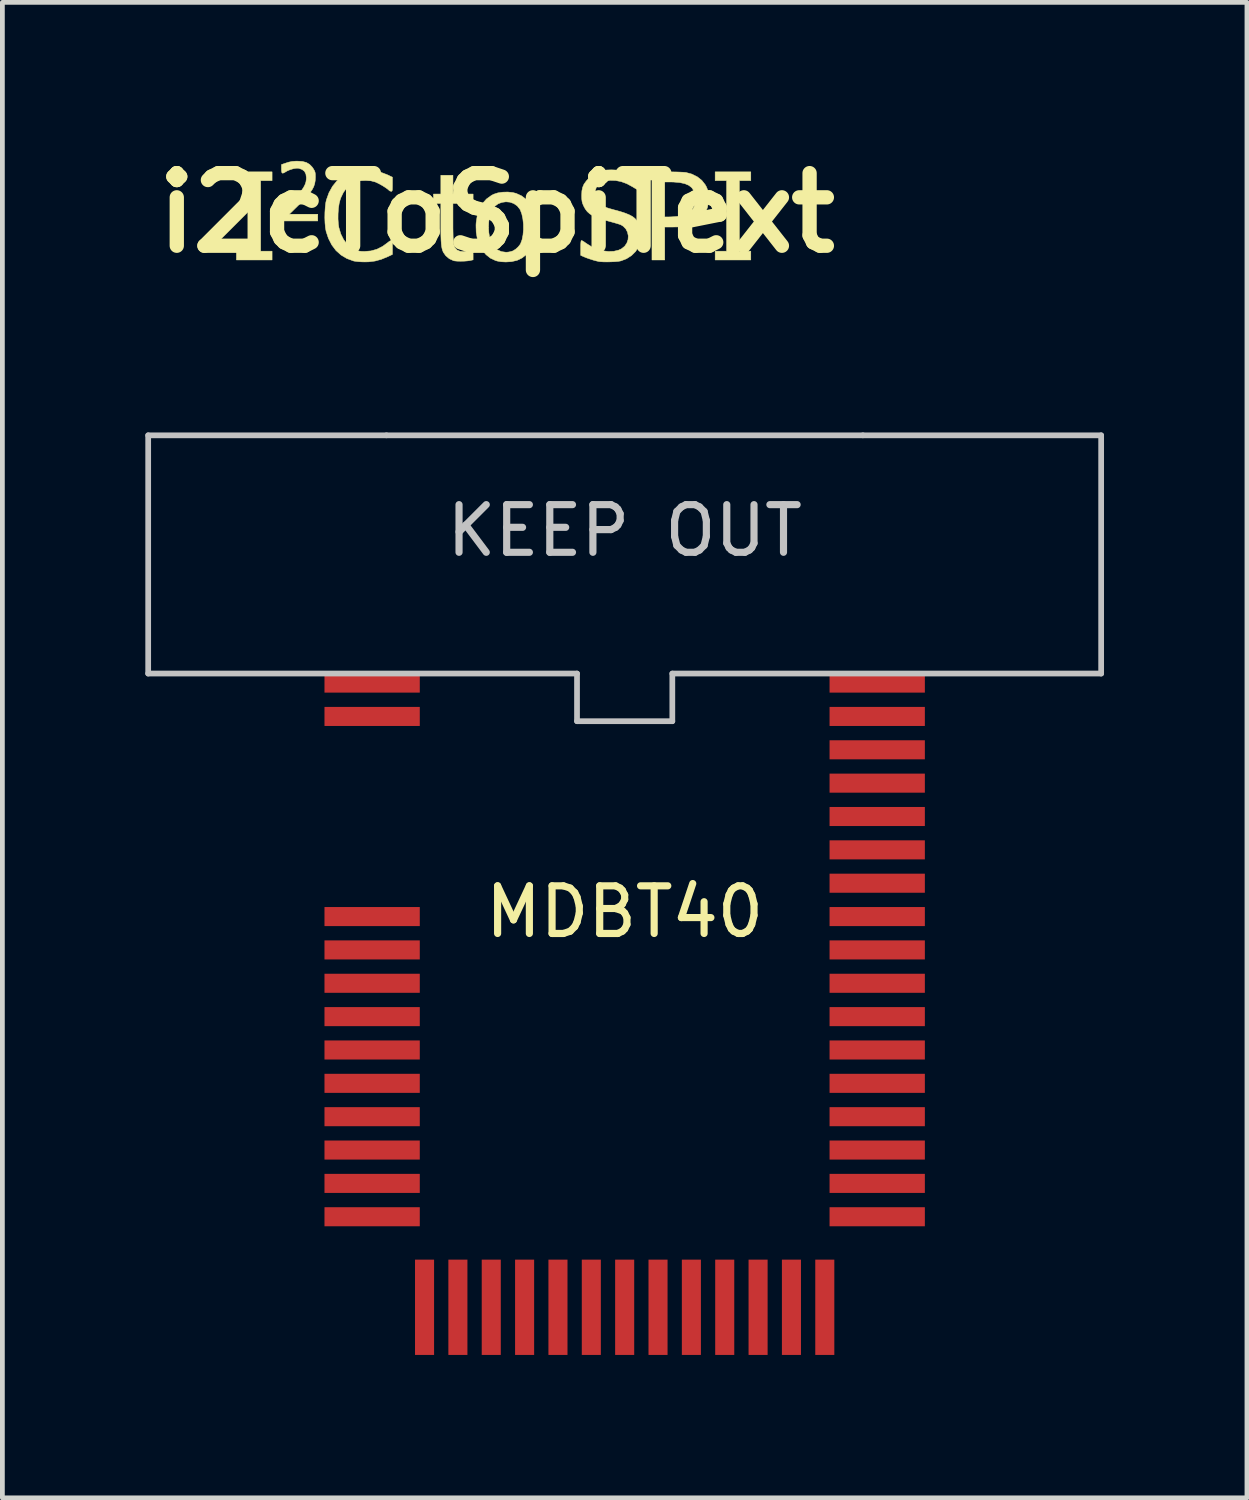
<source format=kicad_pcb>
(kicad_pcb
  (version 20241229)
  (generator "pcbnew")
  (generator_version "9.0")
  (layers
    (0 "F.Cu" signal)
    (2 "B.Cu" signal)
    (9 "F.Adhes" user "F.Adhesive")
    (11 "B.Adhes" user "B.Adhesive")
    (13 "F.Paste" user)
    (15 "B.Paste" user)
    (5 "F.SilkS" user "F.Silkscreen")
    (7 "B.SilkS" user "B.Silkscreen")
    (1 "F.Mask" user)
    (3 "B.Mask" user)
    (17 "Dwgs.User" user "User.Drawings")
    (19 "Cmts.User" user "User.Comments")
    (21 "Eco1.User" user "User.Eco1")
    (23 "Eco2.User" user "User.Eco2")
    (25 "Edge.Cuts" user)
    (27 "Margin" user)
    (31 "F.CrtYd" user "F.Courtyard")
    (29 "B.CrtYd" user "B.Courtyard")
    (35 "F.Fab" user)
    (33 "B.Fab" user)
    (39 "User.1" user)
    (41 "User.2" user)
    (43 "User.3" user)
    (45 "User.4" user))
  (footprint "i2cToSpiText"
    (layer "F.Cu")
    (at 7.373 1.418)
    (property "Reference" "i2cToSpiText" (at 0 0 0) (layer "F.SilkS") (effects (font (size 1.524 1.524) (thickness 0.3))))
    (attr through_hole)
    (fp_poly (pts (xy -4.713 -0.677) (xy -4.953 -0.677) (xy -4.953 0.804) (xy -4.713 0.804) (xy -4.713 0.988) (xy -5.461 0.988) (xy -5.461 0.804) (xy -5.221 0.804) (xy -5.221 -0.677) (xy -5.461 -0.677) (xy -5.461 -0.861) (xy -4.713 -0.861) (xy -4.713 -0.677)) (stroke (width 0.01) (type solid)) (fill yes) (layer "F.SilkS"))
    (fp_poly (pts (xy 5.334 -0.677) (xy 5.094 -0.677) (xy 5.094 0.804) (xy 5.334 0.804) (xy 5.334 0.988) (xy 4.586 0.988) (xy 4.586 0.804) (xy 4.826 0.804) (xy 4.826 -0.677) (xy 4.586 -0.677) (xy 4.586 -0.861) (xy 5.334 -0.861) (xy 5.334 -0.677)) (stroke (width 0.01) (type solid)) (fill yes) (layer "F.SilkS"))
    (fp_poly (pts (xy -0.917 -0.395) (xy -0.494 -0.395) (xy -0.494 -0.198) (xy -0.917 -0.198) (xy -0.917 0.197) (xy -0.917 0.313) (xy -0.915 0.419) (xy -0.913 0.511) (xy -0.909 0.586) (xy -0.905 0.639) (xy -0.902 0.662) (xy -0.875 0.731) (xy -0.83 0.779) (xy -0.767 0.806) (xy -0.688 0.812) (xy -0.603 0.798) (xy -0.557 0.786) (xy -0.521 0.778) (xy -0.507 0.776) (xy -0.501 0.789) (xy -0.496 0.823) (xy -0.494 0.872) (xy -0.494 0.881) (xy -0.494 0.985) (xy -0.565 1.001) (xy -0.618 1.008) (xy -0.684 1.013) (xy -0.756 1.014) (xy -0.824 1.013) (xy -0.878 1.008) (xy -0.903 1.003) (xy -0.993 0.962) (xy -1.066 0.901) (xy -1.119 0.826) (xy -1.133 0.792) (xy -1.145 0.753) (xy -1.154 0.707) (xy -1.161 0.649) (xy -1.166 0.576) (xy -1.169 0.485) (xy -1.171 0.374) (xy -1.171 0.237) (xy -1.171 0.218) (xy -1.171 -0.198) (xy -1.326 -0.198) (xy -1.326 -0.395) (xy -1.171 -0.395) (xy -1.171 -0.79) (xy -0.917 -0.79) (xy -0.917 -0.395)) (stroke (width 0.01) (type solid)) (fill yes) (layer "F.SilkS"))
    (fp_poly (pts (xy -4.079 -1.08) (xy -3.994 -1.058) (xy -3.926 -1.018) (xy -3.87 -0.96) (xy -3.846 -0.925) (xy -3.824 -0.887) (xy -3.811 -0.854) (xy -3.805 -0.815) (xy -3.804 -0.761) (xy -3.804 -0.742) (xy -3.808 -0.674) (xy -3.819 -0.612) (xy -3.839 -0.551) (xy -3.871 -0.49) (xy -3.917 -0.424) (xy -3.978 -0.35) (xy -4.056 -0.265) (xy -4.154 -0.166) (xy -4.168 -0.153) (xy -4.352 0.028) (xy -3.754 0.028) (xy -3.754 0.169) (xy -4.53 0.169) (xy -4.53 -0.004) (xy -4.328 -0.21) (xy -4.232 -0.311) (xy -4.155 -0.397) (xy -4.095 -0.47) (xy -4.052 -0.534) (xy -4.022 -0.592) (xy -4.003 -0.647) (xy -3.995 -0.702) (xy -3.993 -0.737) (xy -4.003 -0.814) (xy -4.032 -0.872) (xy -4.084 -0.912) (xy -4.156 -0.937) (xy -4.202 -0.938) (xy -4.264 -0.928) (xy -4.329 -0.909) (xy -4.39 -0.884) (xy -4.42 -0.867) (xy -4.465 -0.84) (xy -4.494 -0.833) (xy -4.509 -0.848) (xy -4.515 -0.888) (xy -4.516 -0.923) (xy -4.516 -1.014) (xy -4.456 -1.035) (xy -4.368 -1.064) (xy -4.291 -1.08) (xy -4.211 -1.086) (xy -4.184 -1.086) (xy -4.079 -1.08)) (stroke (width 0.01) (type solid)) (fill yes) (layer "F.SilkS"))
    (fp_poly (pts (xy 3.68 -0.86) (xy 3.771 -0.859) (xy 3.853 -0.856) (xy 3.918 -0.853) (xy 3.963 -0.849) (xy 3.974 -0.848) (xy 4.102 -0.812) (xy 4.213 -0.756) (xy 4.306 -0.682) (xy 4.377 -0.592) (xy 4.399 -0.553) (xy 4.415 -0.516) (xy 4.427 -0.484) (xy 4.433 -0.448) (xy 4.437 -0.402) (xy 4.438 -0.338) (xy 4.438 -0.303) (xy 4.438 -0.23) (xy 4.435 -0.178) (xy 4.43 -0.139) (xy 4.421 -0.105) (xy 4.406 -0.07) (xy 4.392 -0.041) (xy 4.327 0.061) (xy 4.24 0.148) (xy 4.137 0.217) (xy 4.116 0.226) (xy 4.049 0.255) (xy 3.982 0.274) (xy 3.907 0.287) (xy 3.819 0.294) (xy 3.709 0.296) (xy 3.702 0.296) (xy 3.528 0.296) (xy 3.528 0.988) (xy 3.26 0.988) (xy 3.26 0.085) (xy 3.528 0.085) (xy 3.616 0.085) (xy 3.675 0.083) (xy 3.747 0.078) (xy 3.817 0.071) (xy 3.82 0.071) (xy 3.908 0.057) (xy 3.977 0.035) (xy 4.033 0.003) (xy 4.069 -0.026) (xy 4.119 -0.084) (xy 4.151 -0.15) (xy 4.166 -0.231) (xy 4.169 -0.29) (xy 4.162 -0.386) (xy 4.138 -0.466) (xy 4.095 -0.53) (xy 4.032 -0.579) (xy 3.949 -0.614) (xy 3.842 -0.637) (xy 3.711 -0.648) (xy 3.644 -0.649) (xy 3.528 -0.649) (xy 3.528 0.085) (xy 3.26 0.085) (xy 3.26 -0.861) (xy 3.582 -0.861) (xy 3.68 -0.86)) (stroke (width 0.01) (type solid)) (fill yes) (layer "F.SilkS"))
    (fp_poly (pts (xy 0.338 -0.427) (xy 0.407 -0.41) (xy 0.52 -0.359) (xy 0.617 -0.286) (xy 0.698 -0.191) (xy 0.759 -0.077) (xy 0.802 0.053) (xy 0.825 0.195) (xy 0.828 0.343) (xy 0.821 0.42) (xy 0.805 0.527) (xy 0.783 0.614) (xy 0.753 0.689) (xy 0.714 0.76) (xy 0.702 0.779) (xy 0.624 0.874) (xy 0.533 0.946) (xy 0.429 0.996) (xy 0.309 1.023) (xy 0.193 1.03) (xy 0.095 1.025) (xy 0.015 1.011) (xy -0.023 1) (xy -0.13 0.95) (xy -0.222 0.877) (xy -0.3 0.783) (xy -0.361 0.672) (xy -0.405 0.546) (xy -0.429 0.406) (xy -0.432 0.301) (xy -0.17 0.301) (xy -0.164 0.412) (xy -0.148 0.516) (xy -0.12 0.606) (xy -0.11 0.628) (xy -0.053 0.714) (xy 0.018 0.776) (xy 0.102 0.813) (xy 0.197 0.826) (xy 0.24 0.823) (xy 0.291 0.814) (xy 0.338 0.799) (xy 0.347 0.795) (xy 0.4 0.761) (xy 0.453 0.713) (xy 0.494 0.661) (xy 0.502 0.647) (xy 0.533 0.565) (xy 0.553 0.464) (xy 0.563 0.352) (xy 0.562 0.236) (xy 0.55 0.124) (xy 0.528 0.022) (xy 0.496 -0.063) (xy 0.487 -0.078) (xy 0.432 -0.147) (xy 0.361 -0.196) (xy 0.281 -0.225) (xy 0.196 -0.233) (xy 0.11 -0.221) (xy 0.029 -0.19) (xy -0.042 -0.137) (xy -0.086 -0.084) (xy -0.123 -0.011) (xy -0.149 0.082) (xy -0.165 0.188) (xy -0.17 0.301) (xy -0.432 0.301) (xy -0.433 0.256) (xy -0.43 0.205) (xy -0.406 0.051) (xy -0.361 -0.083) (xy -0.297 -0.197) (xy -0.213 -0.292) (xy -0.109 -0.367) (xy -0.061 -0.392) (xy 0.025 -0.42) (xy 0.126 -0.435) (xy 0.234 -0.438) (xy 0.338 -0.427)) (stroke (width 0.01) (type solid)) (fill yes) (layer "F.SilkS"))
    (fp_poly (pts (xy -2.58 -0.887) (xy -2.436 -0.854) (xy -2.301 -0.803) (xy -2.29 -0.798) (xy -2.187 -0.749) (xy -2.187 -0.6) (xy -2.188 -0.534) (xy -2.189 -0.491) (xy -2.193 -0.466) (xy -2.201 -0.455) (xy -2.212 -0.452) (xy -2.214 -0.452) (xy -2.245 -0.462) (xy -2.258 -0.473) (xy -2.287 -0.499) (xy -2.335 -0.533) (xy -2.393 -0.57) (xy -2.455 -0.605) (xy -2.513 -0.634) (xy -2.547 -0.649) (xy -2.642 -0.674) (xy -2.746 -0.684) (xy -2.848 -0.678) (xy -2.939 -0.657) (xy -2.967 -0.645) (xy -3.068 -0.589) (xy -3.15 -0.518) (xy -3.216 -0.43) (xy -3.269 -0.32) (xy -3.283 -0.281) (xy -3.305 -0.198) (xy -3.32 -0.096) (xy -3.328 0.016) (xy -3.329 0.129) (xy -3.322 0.234) (xy -3.311 0.307) (xy -3.27 0.444) (xy -3.211 0.562) (xy -3.134 0.659) (xy -3.039 0.734) (xy -2.983 0.765) (xy -2.928 0.788) (xy -2.881 0.802) (xy -2.83 0.808) (xy -2.775 0.809) (xy -2.638 0.798) (xy -2.513 0.763) (xy -2.394 0.703) (xy -2.298 0.633) (xy -2.253 0.598) (xy -2.223 0.581) (xy -2.203 0.583) (xy -2.193 0.607) (xy -2.188 0.655) (xy -2.187 0.725) (xy -2.187 0.872) (xy -2.282 0.917) (xy -2.42 0.974) (xy -2.551 1.01) (xy -2.685 1.027) (xy -2.771 1.029) (xy -2.849 1.027) (xy -2.923 1.021) (xy -2.983 1.013) (xy -3.006 1.008) (xy -3.144 0.957) (xy -3.266 0.884) (xy -3.372 0.789) (xy -3.46 0.672) (xy -3.53 0.535) (xy -3.579 0.388) (xy -3.593 0.31) (xy -3.602 0.212) (xy -3.606 0.102) (xy -3.604 -0.011) (xy -3.597 -0.118) (xy -3.586 -0.213) (xy -3.573 -0.272) (xy -3.519 -0.423) (xy -3.445 -0.557) (xy -3.353 -0.671) (xy -3.245 -0.765) (xy -3.121 -0.836) (xy -2.995 -0.881) (xy -2.867 -0.902) (xy -2.726 -0.904) (xy -2.58 -0.887)) (stroke (width 0.01) (type solid)) (fill yes) (layer "F.SilkS"))
    (fp_poly (pts (xy 2.514 -0.899) (xy 2.622 -0.888) (xy 2.723 -0.87) (xy 2.785 -0.855) (xy 2.857 -0.833) (xy 2.907 -0.817) (xy 2.938 -0.799) (xy 2.955 -0.776) (xy 2.962 -0.742) (xy 2.964 -0.693) (xy 2.963 -0.642) (xy 2.962 -0.577) (xy 2.959 -0.528) (xy 2.954 -0.499) (xy 2.95 -0.494) (xy 2.932 -0.501) (xy 2.898 -0.52) (xy 2.854 -0.547) (xy 2.849 -0.55) (xy 2.733 -0.613) (xy 2.613 -0.657) (xy 2.495 -0.68) (xy 2.381 -0.683) (xy 2.277 -0.664) (xy 2.194 -0.628) (xy 2.132 -0.584) (xy 2.092 -0.533) (xy 2.07 -0.469) (xy 2.063 -0.402) (xy 2.064 -0.335) (xy 2.074 -0.278) (xy 2.096 -0.232) (xy 2.133 -0.192) (xy 2.187 -0.157) (xy 2.262 -0.125) (xy 2.36 -0.093) (xy 2.467 -0.063) (xy 2.596 -0.028) (xy 2.7 0.006) (xy 2.783 0.04) (xy 2.849 0.075) (xy 2.901 0.115) (xy 2.942 0.161) (xy 2.976 0.216) (xy 2.987 0.237) (xy 3.006 0.277) (xy 3.017 0.312) (xy 3.024 0.352) (xy 3.026 0.404) (xy 3.027 0.466) (xy 3.026 0.534) (xy 3.023 0.584) (xy 3.016 0.622) (xy 3.004 0.659) (xy 2.984 0.702) (xy 2.981 0.707) (xy 2.916 0.81) (xy 2.829 0.896) (xy 2.724 0.963) (xy 2.606 1.008) (xy 2.604 1.008) (xy 2.555 1.017) (xy 2.487 1.023) (xy 2.407 1.027) (xy 2.323 1.029) (xy 2.243 1.028) (xy 2.177 1.024) (xy 2.145 1.02) (xy 2.092 1.008) (xy 2.023 0.989) (xy 1.949 0.965) (xy 1.88 0.941) (xy 1.839 0.924) (xy 1.764 0.891) (xy 1.764 0.735) (xy 1.765 0.662) (xy 1.768 0.614) (xy 1.773 0.587) (xy 1.781 0.579) (xy 1.782 0.579) (xy 1.801 0.587) (xy 1.836 0.608) (xy 1.878 0.638) (xy 1.884 0.642) (xy 1.992 0.71) (xy 2.108 0.762) (xy 2.227 0.795) (xy 2.345 0.81) (xy 2.458 0.806) (xy 2.559 0.782) (xy 2.62 0.754) (xy 2.686 0.701) (xy 2.732 0.635) (xy 2.758 0.56) (xy 2.763 0.483) (xy 2.747 0.407) (xy 2.712 0.337) (xy 2.657 0.28) (xy 2.608 0.25) (xy 2.578 0.239) (xy 2.527 0.223) (xy 2.461 0.204) (xy 2.384 0.183) (xy 2.337 0.17) (xy 2.209 0.135) (xy 2.105 0.099) (xy 2.022 0.062) (xy 1.956 0.021) (xy 1.903 -0.026) (xy 1.86 -0.083) (xy 1.823 -0.151) (xy 1.822 -0.155) (xy 1.804 -0.197) (xy 1.793 -0.238) (xy 1.787 -0.285) (xy 1.785 -0.348) (xy 1.785 -0.367) (xy 1.789 -0.461) (xy 1.805 -0.537) (xy 1.834 -0.604) (xy 1.882 -0.67) (xy 1.922 -0.714) (xy 2.02 -0.798) (xy 2.134 -0.859) (xy 2.232 -0.889) (xy 2.31 -0.9) (xy 2.407 -0.903) (xy 2.514 -0.899)) (stroke (width 0.01) (type solid)) (fill yes) (layer "F.SilkS")))
  (footprint "MDBT40"
    (layer "F.Cu")
    (at 10.06 6.086)
    (property "Reference" "MDBT40" (at 0 10 0) (layer "F.SilkS") (effects (font (size 1 1) (thickness 0.15))))
    (attr through_hole)
    (fp_line (start -10 0) (end -5 0) (stroke (width 0.12) (type solid)) (layer "Dwgs.User"))
    (fp_line (start -10 5) (end -10 0) (stroke (width 0.12) (type solid)) (layer "Dwgs.User"))
    (fp_line (start -10 5) (end -1 5) (stroke (width 0.12) (type solid)) (layer "Dwgs.User"))
    (fp_line (start -5 0) (end 5 0) (stroke (width 0.12) (type solid)) (layer "Dwgs.User"))
    (fp_line (start -1 5) (end -1 6) (stroke (width 0.12) (type solid)) (layer "Dwgs.User"))
    (fp_line (start -1 6) (end 1 6) (stroke (width 0.12) (type solid)) (layer "Dwgs.User"))
    (fp_line (start 1 5) (end 10 5) (stroke (width 0.12) (type solid)) (layer "Dwgs.User"))
    (fp_line (start 1 6) (end 1 5) (stroke (width 0.12) (type solid)) (layer "Dwgs.User"))
    (fp_line (start 10 0) (end 5 0) (stroke (width 0.12) (type solid)) (layer "Dwgs.User"))
    (fp_line (start 10 0) (end 10 5) (stroke (width 0.12) (type solid)) (layer "Dwgs.User"))
    (fp_text user "KEEP OUT" (at 0 2 0) (layer "Dwgs.User") (effects (font (size 1 1) (thickness 0.15))))
    (pad "1" smd rect (at -5 5) (size 2 0.4) (drill (offset -0.3 0.2)) (layers "F.Cu" "F.Mask" "F.Paste"))
    (pad "2" smd rect (at -5 5.7) (size 2 0.4) (drill (offset -0.3 0.2)) (layers "F.Cu" "F.Mask" "F.Paste"))
    (pad "3" smd rect (at -5 9.9) (size 2 0.4) (drill (offset -0.3 0.2)) (layers "F.Cu" "F.Mask" "F.Paste"))
    (pad "4" smd rect (at -5 10.6) (size 2 0.4) (drill (offset -0.3 0.2)) (layers "F.Cu" "F.Mask" "F.Paste"))
    (pad "5" smd rect (at -5 11.3) (size 2 0.4) (drill (offset -0.3 0.2)) (layers "F.Cu" "F.Mask" "F.Paste"))
    (pad "6" smd rect (at -5 12) (size 2 0.4) (drill (offset -0.3 0.2)) (layers "F.Cu" "F.Mask" "F.Paste"))
    (pad "7" smd rect (at -5 12.7) (size 2 0.4) (drill (offset -0.3 0.2)) (layers "F.Cu" "F.Mask" "F.Paste"))
    (pad "8" smd rect (at -5 13.4) (size 2 0.4) (drill (offset -0.3 0.2)) (layers "F.Cu" "F.Mask" "F.Paste"))
    (pad "9" smd rect (at -5 14.1) (size 2 0.4) (drill (offset -0.3 0.2)) (layers "F.Cu" "F.Mask" "F.Paste"))
    (pad "10" smd rect (at -5 14.8) (size 2 0.4) (drill (offset -0.3 0.2)) (layers "F.Cu" "F.Mask" "F.Paste"))
    (pad "11" smd rect (at -5 15.5) (size 2 0.4) (drill (offset -0.3 0.2)) (layers "F.Cu" "F.Mask" "F.Paste"))
    (pad "12" smd rect (at -5 16.2) (size 2 0.4) (drill (offset -0.3 0.2)) (layers "F.Cu" "F.Mask" "F.Paste"))
    (pad "13" smd rect (at -4.4 18) (size 0.4 2) (drill (offset 0.2 0.3)) (layers "F.Cu" "F.Mask" "F.Paste"))
    (pad "14" smd rect (at -3.7 18) (size 0.4 2) (drill (offset 0.2 0.3)) (layers "F.Cu" "F.Mask" "F.Paste"))
    (pad "15" smd rect (at -3 18) (size 0.4 2) (drill (offset 0.2 0.3)) (layers "F.Cu" "F.Mask" "F.Paste"))
    (pad "16" smd rect (at -2.3 18) (size 0.4 2) (drill (offset 0.2 0.3)) (layers "F.Cu" "F.Mask" "F.Paste"))
    (pad "17" smd rect (at -1.6 18) (size 0.4 2) (drill (offset 0.2 0.3)) (layers "F.Cu" "F.Mask" "F.Paste"))
    (pad "18" smd rect (at -0.9 18) (size 0.4 2) (drill (offset 0.2 0.3)) (layers "F.Cu" "F.Mask" "F.Paste"))
    (pad "19" smd rect (at -0.2 18) (size 0.4 2) (drill (offset 0.2 0.3)) (layers "F.Cu" "F.Mask" "F.Paste"))
    (pad "20" smd rect (at 0.5 18) (size 0.4 2) (drill (offset 0.2 0.3)) (layers "F.Cu" "F.Mask" "F.Paste"))
    (pad "21" smd rect (at 1.2 18) (size 0.4 2) (drill (offset 0.2 0.3)) (layers "F.Cu" "F.Mask" "F.Paste"))
    (pad "22" smd rect (at 1.9 18) (size 0.4 2) (drill (offset 0.2 0.3)) (layers "F.Cu" "F.Mask" "F.Paste"))
    (pad "23" smd rect (at 2.6 18) (size 0.4 2) (drill (offset 0.2 0.3)) (layers "F.Cu" "F.Mask" "F.Paste"))
    (pad "24" smd rect (at 3.3 18) (size 0.4 2) (drill (offset 0.2 0.3)) (layers "F.Cu" "F.Mask" "F.Paste"))
    (pad "25" smd rect (at 4 18) (size 0.4 2) (drill (offset 0.2 0.3)) (layers "F.Cu" "F.Mask" "F.Paste"))
    (pad "26" smd rect (at 5 16.2) (size 2 0.4) (drill (offset 0.3 0.2)) (layers "F.Cu" "F.Mask" "F.Paste"))
    (pad "27" smd rect (at 5 15.5) (size 2 0.4) (drill (offset 0.3 0.2)) (layers "F.Cu" "F.Mask" "F.Paste"))
    (pad "28" smd rect (at 5 14.8) (size 2 0.4) (drill (offset 0.3 0.2)) (layers "F.Cu" "F.Mask" "F.Paste"))
    (pad "29" smd rect (at 5 14.1) (size 2 0.4) (drill (offset 0.3 0.2)) (layers "F.Cu" "F.Mask" "F.Paste"))
    (pad "30" smd rect (at 5 13.4) (size 2 0.4) (drill (offset 0.3 0.2)) (layers "F.Cu" "F.Mask" "F.Paste"))
    (pad "31" smd rect (at 5 12.7) (size 2 0.4) (drill (offset 0.3 0.2)) (layers "F.Cu" "F.Mask" "F.Paste"))
    (pad "32" smd rect (at 5 12) (size 2 0.4) (drill (offset 0.3 0.2)) (layers "F.Cu" "F.Mask" "F.Paste"))
    (pad "33" smd rect (at 5 11.3) (size 2 0.4) (drill (offset 0.3 0.2)) (layers "F.Cu" "F.Mask" "F.Paste"))
    (pad "34" smd rect (at 5 10.6) (size 2 0.4) (drill (offset 0.3 0.2)) (layers "F.Cu" "F.Mask" "F.Paste"))
    (pad "35" smd rect (at 5 9.9) (size 2 0.4) (drill (offset 0.3 0.2)) (layers "F.Cu" "F.Mask" "F.Paste"))
    (pad "36" smd rect (at 5 9.2) (size 2 0.4) (drill (offset 0.3 0.2)) (layers "F.Cu" "F.Mask" "F.Paste"))
    (pad "37" smd rect (at 5 8.5) (size 2 0.4) (drill (offset 0.3 0.2)) (layers "F.Cu" "F.Mask" "F.Paste"))
    (pad "38" smd rect (at 5 7.8) (size 2 0.4) (drill (offset 0.3 0.2)) (layers "F.Cu" "F.Mask" "F.Paste"))
    (pad "39" smd rect (at 5 7.1) (size 2 0.4) (drill (offset 0.3 0.2)) (layers "F.Cu" "F.Mask" "F.Paste"))
    (pad "40" smd rect (at 5 6.4) (size 2 0.4) (drill (offset 0.3 0.2)) (layers "F.Cu" "F.Mask" "F.Paste"))
    (pad "41" smd rect (at 5 5.7) (size 2 0.4) (drill (offset 0.3 0.2)) (layers "F.Cu" "F.Mask" "F.Paste"))
    (pad "42" smd rect (at 5 5) (size 2 0.4) (drill (offset 0.3 0.2)) (layers "F.Cu" "F.Mask" "F.Paste")))
  (gr_rect
    (start -3 -3)
    (end 23.12 28.386)
    (stroke (width 0.1) (type default))
    (fill no)
    (layer "Edge.Cuts")))
</source>
